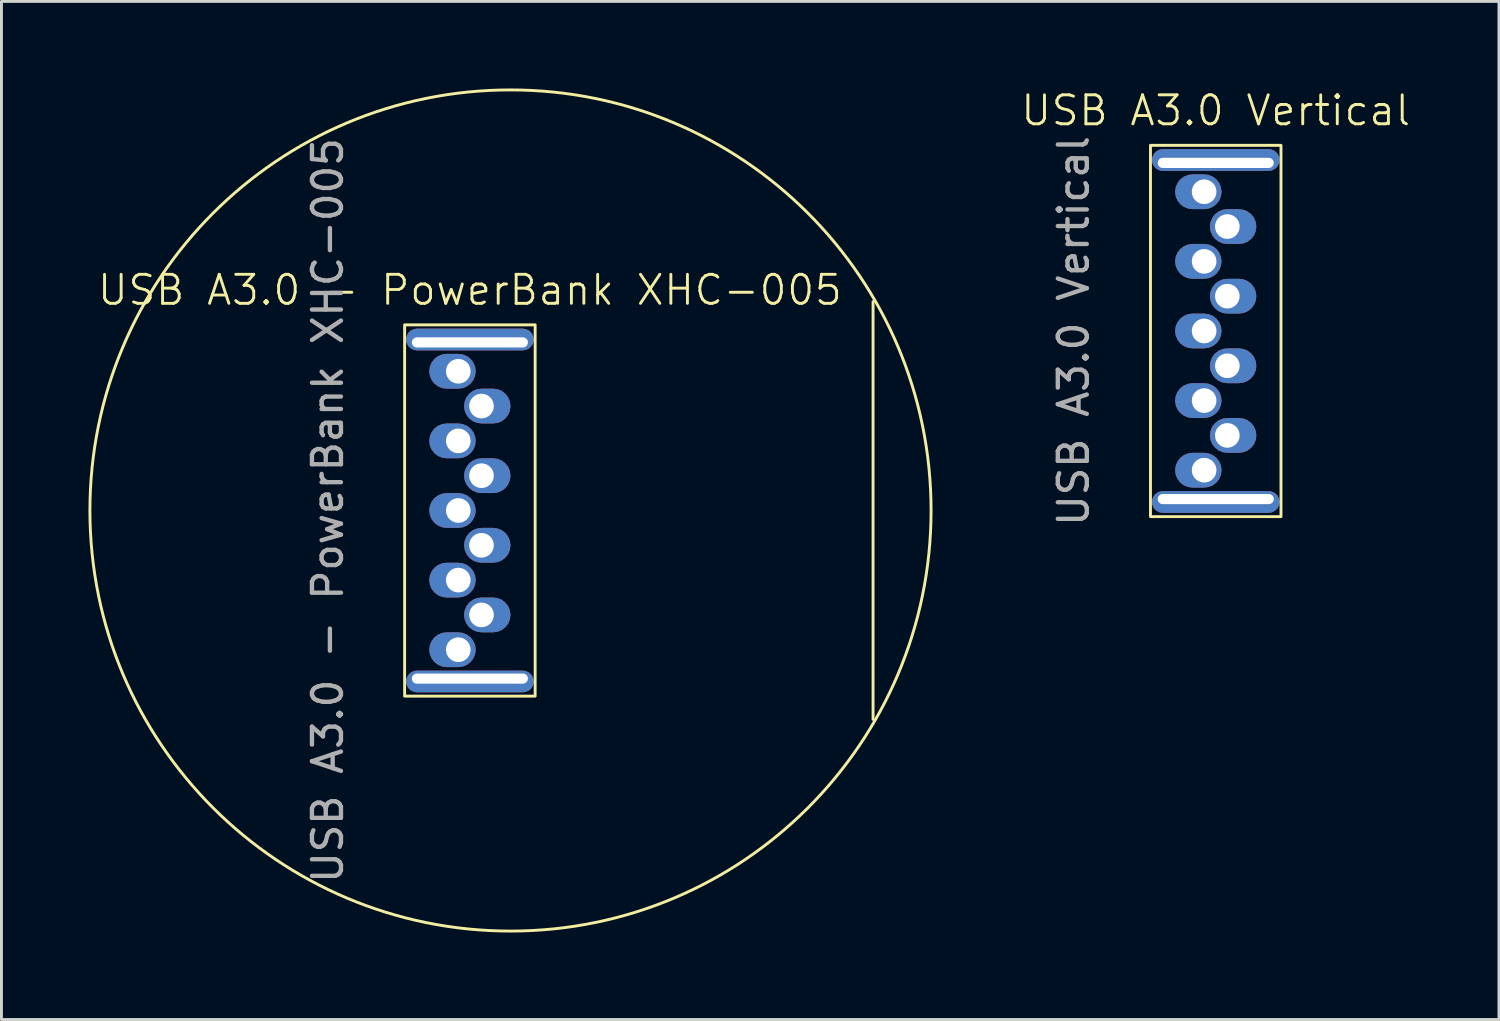
<source format=kicad_pcb>
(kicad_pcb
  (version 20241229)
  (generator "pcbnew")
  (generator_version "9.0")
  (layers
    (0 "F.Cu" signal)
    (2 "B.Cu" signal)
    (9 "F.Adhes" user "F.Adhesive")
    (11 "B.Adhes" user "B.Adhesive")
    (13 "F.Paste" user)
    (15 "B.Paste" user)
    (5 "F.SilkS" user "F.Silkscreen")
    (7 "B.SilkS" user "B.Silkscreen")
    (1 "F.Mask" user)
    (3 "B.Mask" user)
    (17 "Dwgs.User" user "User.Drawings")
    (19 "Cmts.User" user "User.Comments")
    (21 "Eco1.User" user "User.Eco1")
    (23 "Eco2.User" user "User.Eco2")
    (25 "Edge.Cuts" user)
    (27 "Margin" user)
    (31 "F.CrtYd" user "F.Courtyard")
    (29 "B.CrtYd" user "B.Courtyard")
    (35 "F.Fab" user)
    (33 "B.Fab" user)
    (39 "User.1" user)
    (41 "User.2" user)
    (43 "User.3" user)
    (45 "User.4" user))
  (footprint "USB A3.0 Vertical"
    (layer "F.Cu")
    (at 38.864 8.361)
    (property "Reference" "USB A3.0 Vertical" (at 0 -7.6 0) (unlocked yes) (layer "F.SilkS") (effects (font (size 1 1) (thickness 0.1))))
    (attr through_hole)
    (fp_rect (start -2.25 -6.4) (end 2.25 6.4) (stroke (width 0.1) (type default)) (fill no) (layer "F.SilkS"))
    (fp_text user "${REFERENCE}" (at -4.9 0 90) (unlocked yes) (layer "F.Fab") (effects (font (size 1 1) (thickness 0.15))))
    (pad "1" thru_hole roundrect (at 0.4 -3.6) (size 1.6 1.2) (drill 0.85 (offset 0.2 0)) (layers "*.Cu" "*.Mask") (roundrect_rratio 0.5))
    (pad "2" thru_hole roundrect (at 0.4 -1.2) (size 1.6 1.2) (drill 0.85 (offset 0.2 0)) (layers "*.Cu" "*.Mask") (roundrect_rratio 0.5))
    (pad "3" thru_hole roundrect (at 0.4 1.2) (size 1.6 1.2) (drill 0.85 (offset 0.2 0)) (layers "*.Cu" "*.Mask") (roundrect_rratio 0.5))
    (pad "4" thru_hole roundrect (at 0.4 3.6) (size 1.6 1.2) (drill 0.85 (offset 0.2 0)) (layers "*.Cu" "*.Mask") (roundrect_rratio 0.5))
    (pad "5" thru_hole roundrect (at -0.4 -4.8 180) (size 1.6 1.2) (drill 0.85 (offset 0.2 0)) (layers "*.Cu" "*.Mask") (roundrect_rratio 0.5))
    (pad "6" thru_hole roundrect (at -0.4 -2.4 180) (size 1.6 1.2) (drill 0.85 (offset 0.2 0)) (layers "*.Cu" "*.Mask") (roundrect_rratio 0.5))
    (pad "7" thru_hole roundrect (at -0.4 0 180) (size 1.6 1.2) (drill 0.85 (offset 0.2 0)) (layers "*.Cu" "*.Mask") (roundrect_rratio 0.5))
    (pad "8" thru_hole roundrect (at -0.4 2.4 180) (size 1.6 1.2) (drill 0.85 (offset 0.2 0)) (layers "*.Cu" "*.Mask") (roundrect_rratio 0.5))
    (pad "9" thru_hole roundrect (at -0.4 4.8 180) (size 1.6 1.2) (drill 0.85 (offset 0.2 0)) (layers "*.Cu" "*.Mask") (roundrect_rratio 0.5))
    (pad "10" thru_hole roundrect (at 0 -5.795) (size 4.4 0.75) (drill oval 4 0.35 (offset 0 -0.1)) (layers "*.Cu" "*.Mask") (roundrect_rratio 0.5))
    (pad "10" thru_hole roundrect (at 0 5.795 180) (size 4.4 0.75) (drill oval 4 0.35 (offset 0 -0.1)) (layers "*.Cu" "*.Mask") (roundrect_rratio 0.5)))
  (footprint "USB A3.0 - PowerBank XHC-005"
    (layer "F.Cu")
    (at 13.15 14.55)
    (property "Reference" "USB A3.0 - PowerBank XHC-005" (at 0 -7.6 0) (unlocked yes) (layer "F.SilkS") (effects (font (size 1 1) (thickness 0.1))))
    (attr through_hole)
    (fp_line (start 13.9 -7.2) (end 13.9 7.2) (stroke (width 0.1) (type default)) (layer "F.SilkS"))
    (fp_rect (start -2.25 -6.4) (end 2.25 6.4) (stroke (width 0.1) (type default)) (fill no) (layer "F.SilkS"))
    (fp_circle (center 1.4 0) (end 15.9 0) (stroke (width 0.1) (type default)) (fill no) (layer "F.SilkS"))
    (fp_text user "${REFERENCE}" (at -4.9 0 90) (unlocked yes) (layer "F.Fab") (effects (font (size 1 1) (thickness 0.15))))
    (pad "1" thru_hole roundrect (at 0.4 -3.6) (size 1.6 1.2) (drill 0.85 (offset 0.2 0)) (layers "*.Cu" "*.Mask") (roundrect_rratio 0.5))
    (pad "2" thru_hole roundrect (at 0.4 -1.2) (size 1.6 1.2) (drill 0.85 (offset 0.2 0)) (layers "*.Cu" "*.Mask") (roundrect_rratio 0.5))
    (pad "3" thru_hole roundrect (at 0.4 1.2) (size 1.6 1.2) (drill 0.85 (offset 0.2 0)) (layers "*.Cu" "*.Mask") (roundrect_rratio 0.5))
    (pad "4" thru_hole roundrect (at 0.4 3.6) (size 1.6 1.2) (drill 0.85 (offset 0.2 0)) (layers "*.Cu" "*.Mask") (roundrect_rratio 0.5))
    (pad "5" thru_hole roundrect (at -0.4 -4.8 180) (size 1.6 1.2) (drill 0.85 (offset 0.2 0)) (layers "*.Cu" "*.Mask") (roundrect_rratio 0.5))
    (pad "6" thru_hole roundrect (at -0.4 -2.4 180) (size 1.6 1.2) (drill 0.85 (offset 0.2 0)) (layers "*.Cu" "*.Mask") (roundrect_rratio 0.5))
    (pad "7" thru_hole roundrect (at -0.4 0 180) (size 1.6 1.2) (drill 0.85 (offset 0.2 0)) (layers "*.Cu" "*.Mask") (roundrect_rratio 0.5))
    (pad "8" thru_hole roundrect (at -0.4 2.4 180) (size 1.6 1.2) (drill 0.85 (offset 0.2 0)) (layers "*.Cu" "*.Mask") (roundrect_rratio 0.5))
    (pad "9" thru_hole roundrect (at -0.4 4.8 180) (size 1.6 1.2) (drill 0.85 (offset 0.2 0)) (layers "*.Cu" "*.Mask") (roundrect_rratio 0.5))
    (pad "10" thru_hole roundrect (at 0 -5.795) (size 4.4 0.75) (drill oval 4 0.35 (offset 0 -0.1)) (layers "*.Cu" "*.Mask") (roundrect_rratio 0.5))
    (pad "10" thru_hole roundrect (at 0 5.795 180) (size 4.4 0.75) (drill oval 4 0.35 (offset 0 -0.1)) (layers "*.Cu" "*.Mask") (roundrect_rratio 0.5)))
  (gr_rect
    (start -3 -3)
    (end 48.629 32.1)
    (stroke (width 0.1) (type default))
    (fill no)
    (layer "Edge.Cuts")))
</source>
